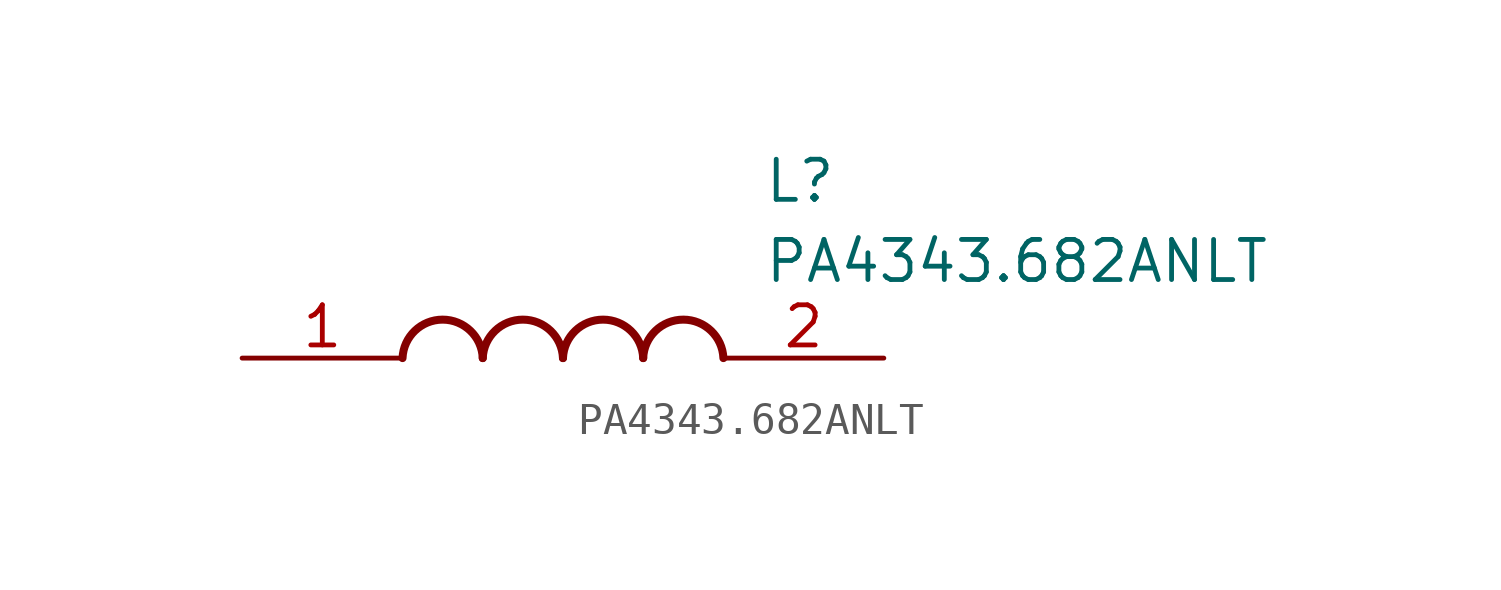
<source format=kicad_sym>
(kicad_symbol_lib
  (version 20241209)
  (generator "kicad_symbol_editor")
  (generator_version "9.0")
  (symbol "PA4343.682ANLT"
    (pin_names
      (hide yes))
    (property "Reference" "L"
      (at 16.51 6.35 0)
      (effects (font (size 1.27 1.27)) (justify left top)))
    (property "Value" "PA4343.682ANLT"
      (at 16.51 3.81 0)
      (effects (font (size 1.27 1.27)) (justify left top)))
    (symbol "PA4343.682ANLT_1_1"
      (arc (start 5.08 0) (mid 6.35 1.219) (end 7.62 0) (stroke (width 0.254) (type default)) (fill (type none)))
      (arc (start 7.62 0) (mid 8.89 1.219) (end 10.16 0) (stroke (width 0.254) (type default)) (fill (type none)))
      (arc (start 10.16 0) (mid 11.43 1.219) (end 12.7 0) (stroke (width 0.254) (type default)) (fill (type none)))
      (arc (start 12.7 0) (mid 13.97 1.219) (end 15.24 0) (stroke (width 0.254) (type default)) (fill (type none)))
      (pin passive line (at 0 0 0) (length 5.08) (name "1" (effects (font (size 1.27 1.27)))) (number "1" (effects (font (size 1.27 1.27)))))
      (pin passive line (at 20.32 0 180) (length 5.08) (name "2" (effects (font (size 1.27 1.27)))) (number "2" (effects (font (size 1.27 1.27))))))))
</source>
